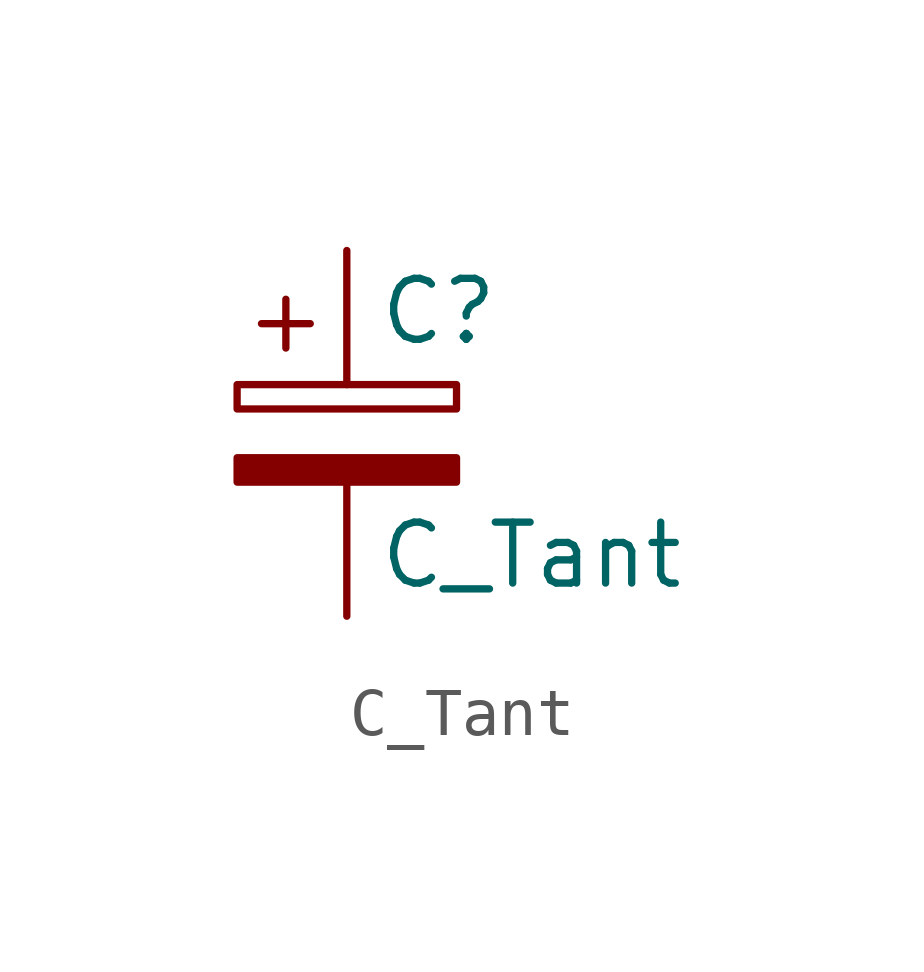
<source format=kicad_sym>
(kicad_symbol_lib
  (version 20220914)
  (generator kicad_symbol_editor)
  (symbol "C_Tant"
    (pin_numbers hide)
    (pin_names
      (offset 0.254))
    (property "Reference" "C"
      (at 0.635 2.54 0)
      (effects (font (size 1.27 1.27)) (justify left)))
    (property "Value" "C_Tant"
      (at 0.635 -2.54 0)
      (effects (font (size 1.27 1.27)) (justify left)))
    (symbol "C_Tant_0_1"
      (rectangle (start -2.286 0.508) (end 2.286 1.016) (stroke (width 0) (type default)) (fill (type none)))
      (polyline (pts (xy -1.778 2.286) (xy -0.762 2.286)) (stroke (width 0) (type default)) (fill (type none)))
      (polyline (pts (xy -1.27 2.794) (xy -1.27 1.778)) (stroke (width 0) (type default)) (fill (type none)))
      (rectangle (start 2.286 -0.508) (end -2.286 -1.016) (stroke (width 0) (type default)) (fill (type outline))))
    (symbol "C_Tant_1_1"
      (pin passive line (at 0 3.81 270) (length 2.794) (name "~" (effects (font (size 1.27 1.27)))) (number "1" (effects (font (size 1.27 1.27)))))
      (pin passive line (at 0 -3.81 90) (length 2.794) (name "~" (effects (font (size 1.27 1.27)))) (number "2" (effects (font (size 1.27 1.27))))))))
</source>
